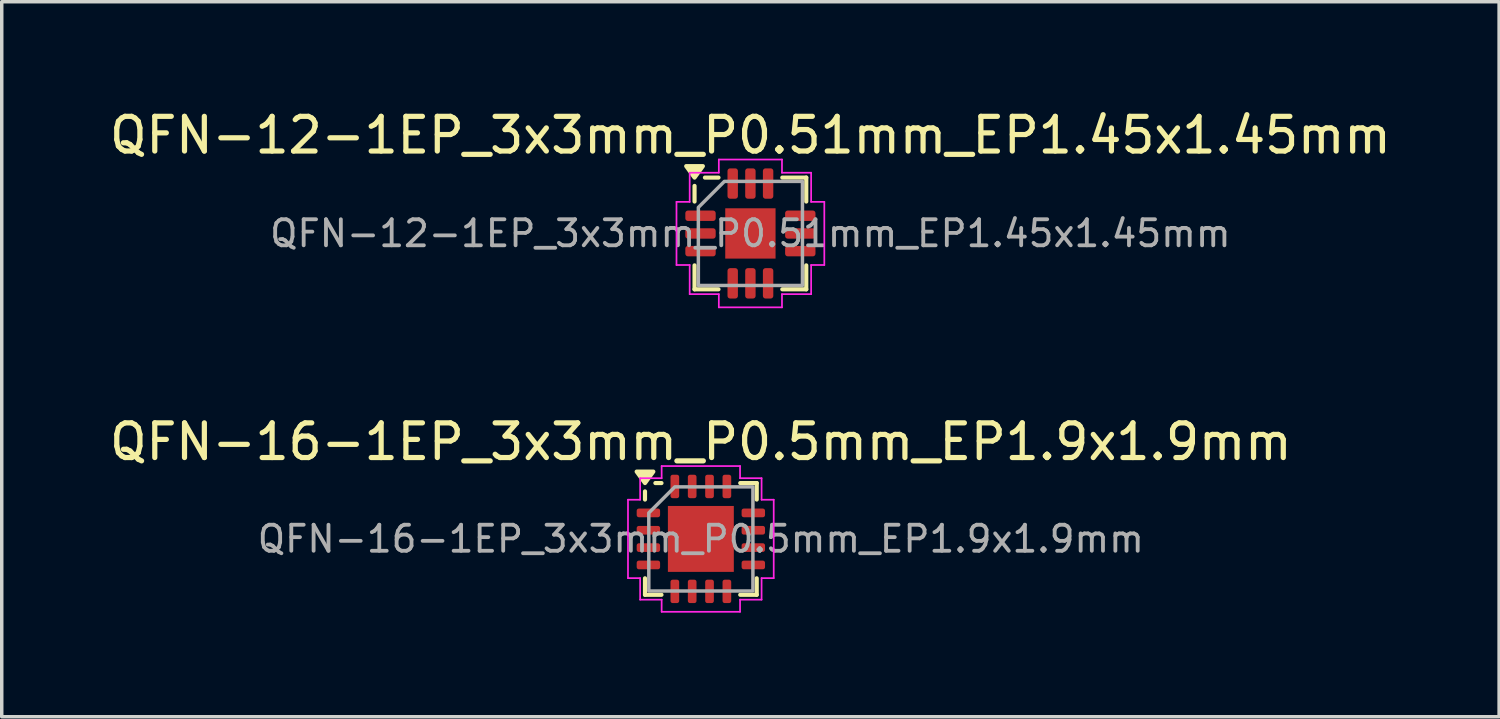
<source format=kicad_pcb>
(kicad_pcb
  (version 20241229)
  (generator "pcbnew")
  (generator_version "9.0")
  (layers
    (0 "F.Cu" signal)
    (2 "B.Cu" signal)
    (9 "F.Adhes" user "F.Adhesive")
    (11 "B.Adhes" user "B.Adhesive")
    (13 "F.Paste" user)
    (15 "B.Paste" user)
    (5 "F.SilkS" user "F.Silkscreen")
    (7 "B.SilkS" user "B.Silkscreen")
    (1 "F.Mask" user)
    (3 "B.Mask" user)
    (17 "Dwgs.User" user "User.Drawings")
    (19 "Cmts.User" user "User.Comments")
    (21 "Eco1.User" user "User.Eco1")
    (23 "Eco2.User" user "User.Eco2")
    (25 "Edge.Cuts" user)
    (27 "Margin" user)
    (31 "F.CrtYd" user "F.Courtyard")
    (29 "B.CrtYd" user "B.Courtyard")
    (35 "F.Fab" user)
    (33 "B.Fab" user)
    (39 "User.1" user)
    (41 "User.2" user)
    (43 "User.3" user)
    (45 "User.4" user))
  (footprint "QFN-12-1EP_3x3mm_P0.51mm_EP1.45x1.45mm"
    (layer "F.Cu")
    (at 18.577 3.678)
    (property "Reference" "QFN-12-1EP_3x3mm_P0.51mm_EP1.45x1.45mm" (at 0 -2.83 0) (layer "F.SilkS") (effects (font (size 1 1) (thickness 0.15))))
    (attr smd)
    (fp_line (start -1.61 -0.92) (end -1.61 -1.37) (stroke (width 0.12) (type solid)) (layer "F.SilkS"))
    (fp_line (start -1.61 1.61) (end -1.61 0.92) (stroke (width 0.12) (type solid)) (layer "F.SilkS"))
    (fp_line (start -0.92 -1.61) (end -1.31 -1.61) (stroke (width 0.12) (type solid)) (layer "F.SilkS"))
    (fp_line (start -0.92 1.61) (end -1.61 1.61) (stroke (width 0.12) (type solid)) (layer "F.SilkS"))
    (fp_line (start 0.92 -1.61) (end 1.61 -1.61) (stroke (width 0.12) (type solid)) (layer "F.SilkS"))
    (fp_line (start 0.92 1.61) (end 1.61 1.61) (stroke (width 0.12) (type solid)) (layer "F.SilkS"))
    (fp_line (start 1.61 -1.61) (end 1.61 -0.92) (stroke (width 0.12) (type solid)) (layer "F.SilkS"))
    (fp_line (start 1.61 1.61) (end 1.61 0.92) (stroke (width 0.12) (type solid)) (layer "F.SilkS"))
    (fp_poly (pts (xy -1.61 -1.61) (xy -1.85 -1.94) (xy -1.37 -1.94)) (stroke (width 0.12) (type solid)) (fill yes) (layer "F.SilkS"))
    (fp_line (start -2.13 -0.91) (end -1.75 -0.91) (stroke (width 0.05) (type solid)) (layer "F.CrtYd"))
    (fp_line (start -2.13 0.91) (end -2.13 -0.91) (stroke (width 0.05) (type solid)) (layer "F.CrtYd"))
    (fp_line (start -1.75 -1.75) (end -0.91 -1.75) (stroke (width 0.05) (type solid)) (layer "F.CrtYd"))
    (fp_line (start -1.75 -0.91) (end -1.75 -1.75) (stroke (width 0.05) (type solid)) (layer "F.CrtYd"))
    (fp_line (start -1.75 0.91) (end -2.13 0.91) (stroke (width 0.05) (type solid)) (layer "F.CrtYd"))
    (fp_line (start -1.75 1.75) (end -1.75 0.91) (stroke (width 0.05) (type solid)) (layer "F.CrtYd"))
    (fp_line (start -0.91 -2.13) (end 0.91 -2.13) (stroke (width 0.05) (type solid)) (layer "F.CrtYd"))
    (fp_line (start -0.91 -1.75) (end -0.91 -2.13) (stroke (width 0.05) (type solid)) (layer "F.CrtYd"))
    (fp_line (start -0.91 1.75) (end -1.75 1.75) (stroke (width 0.05) (type solid)) (layer "F.CrtYd"))
    (fp_line (start -0.91 2.13) (end -0.91 1.75) (stroke (width 0.05) (type solid)) (layer "F.CrtYd"))
    (fp_line (start 0.91 -2.13) (end 0.91 -1.75) (stroke (width 0.05) (type solid)) (layer "F.CrtYd"))
    (fp_line (start 0.91 -1.75) (end 1.75 -1.75) (stroke (width 0.05) (type solid)) (layer "F.CrtYd"))
    (fp_line (start 0.91 1.75) (end 0.91 2.13) (stroke (width 0.05) (type solid)) (layer "F.CrtYd"))
    (fp_line (start 0.91 2.13) (end -0.91 2.13) (stroke (width 0.05) (type solid)) (layer "F.CrtYd"))
    (fp_line (start 1.75 -1.75) (end 1.75 -0.91) (stroke (width 0.05) (type solid)) (layer "F.CrtYd"))
    (fp_line (start 1.75 -0.91) (end 2.13 -0.91) (stroke (width 0.05) (type solid)) (layer "F.CrtYd"))
    (fp_line (start 1.75 0.91) (end 1.75 1.75) (stroke (width 0.05) (type solid)) (layer "F.CrtYd"))
    (fp_line (start 1.75 1.75) (end 0.91 1.75) (stroke (width 0.05) (type solid)) (layer "F.CrtYd"))
    (fp_line (start 2.13 -0.91) (end 2.13 0.91) (stroke (width 0.05) (type solid)) (layer "F.CrtYd"))
    (fp_line (start 2.13 0.91) (end 1.75 0.91) (stroke (width 0.05) (type solid)) (layer "F.CrtYd"))
    (fp_poly (pts (xy -1.5 -0.75) (xy -1.5 1.5) (xy 1.5 1.5) (xy 1.5 -1.5) (xy -0.75 -1.5)) (stroke (width 0.1) (type solid)) (fill no) (layer "F.Fab"))
    (fp_text user "${REFERENCE}" (at 0 0 0) (layer "F.Fab") (effects (font (size 0.75 0.75) (thickness 0.11))))
    (pad "" smd roundrect (at -0.36 -0.36) (size 0.58 0.58) (layers "F.Paste") (roundrect_rratio 0.25))
    (pad "" smd roundrect (at -0.36 0.36) (size 0.58 0.58) (layers "F.Paste") (roundrect_rratio 0.25))
    (pad "" smd roundrect (at 0.36 -0.36) (size 0.58 0.58) (layers "F.Paste") (roundrect_rratio 0.25))
    (pad "" smd roundrect (at 0.36 0.36) (size 0.58 0.58) (layers "F.Paste") (roundrect_rratio 0.25))
    (pad "1" smd roundrect (at -1.438 -0.51) (size 0.875 0.3) (layers "F.Cu" "F.Mask" "F.Paste") (roundrect_rratio 0.25))
    (pad "2" smd roundrect (at -1.438 0) (size 0.875 0.3) (layers "F.Cu" "F.Mask" "F.Paste") (roundrect_rratio 0.25))
    (pad "3" smd roundrect (at -1.438 0.51) (size 0.875 0.3) (layers "F.Cu" "F.Mask" "F.Paste") (roundrect_rratio 0.25))
    (pad "4" smd roundrect (at -0.51 1.438) (size 0.3 0.875) (layers "F.Cu" "F.Mask" "F.Paste") (roundrect_rratio 0.25))
    (pad "5" smd roundrect (at 0 1.438) (size 0.3 0.875) (layers "F.Cu" "F.Mask" "F.Paste") (roundrect_rratio 0.25))
    (pad "6" smd roundrect (at 0.51 1.438) (size 0.3 0.875) (layers "F.Cu" "F.Mask" "F.Paste") (roundrect_rratio 0.25))
    (pad "7" smd roundrect (at 1.438 0.51) (size 0.875 0.3) (layers "F.Cu" "F.Mask" "F.Paste") (roundrect_rratio 0.25))
    (pad "8" smd roundrect (at 1.438 0) (size 0.875 0.3) (layers "F.Cu" "F.Mask" "F.Paste") (roundrect_rratio 0.25))
    (pad "9" smd roundrect (at 1.438 -0.51) (size 0.875 0.3) (layers "F.Cu" "F.Mask" "F.Paste") (roundrect_rratio 0.25))
    (pad "10" smd roundrect (at 0.51 -1.438) (size 0.3 0.875) (layers "F.Cu" "F.Mask" "F.Paste") (roundrect_rratio 0.25))
    (pad "11" smd roundrect (at 0 -1.438) (size 0.3 0.875) (layers "F.Cu" "F.Mask" "F.Paste") (roundrect_rratio 0.25))
    (pad "12" smd roundrect (at -0.51 -1.438) (size 0.3 0.875) (layers "F.Cu" "F.Mask" "F.Paste") (roundrect_rratio 0.25))
    (pad "13" smd rect (at 0 0) (size 1.45 1.45) (property pad_prop_heatsink) (layers "F.Cu" "F.Mask")))
  (footprint "QFN-16-1EP_3x3mm_P0.5mm_EP1.9x1.9mm"
    (layer "F.Cu")
    (at 17.149 12.482)
    (property "Reference" "QFN-16-1EP_3x3mm_P0.5mm_EP1.9x1.9mm" (at 0 -2.8 0) (layer "F.SilkS") (effects (font (size 1 1) (thickness 0.15))))
    (attr smd)
    (fp_line (start -1.61 -1.135) (end -1.61 -1.37) (stroke (width 0.12) (type solid)) (layer "F.SilkS"))
    (fp_line (start -1.61 1.61) (end -1.61 1.135) (stroke (width 0.12) (type solid)) (layer "F.SilkS"))
    (fp_line (start -1.135 -1.61) (end -1.31 -1.61) (stroke (width 0.12) (type solid)) (layer "F.SilkS"))
    (fp_line (start -1.135 1.61) (end -1.61 1.61) (stroke (width 0.12) (type solid)) (layer "F.SilkS"))
    (fp_line (start 1.135 -1.61) (end 1.61 -1.61) (stroke (width 0.12) (type solid)) (layer "F.SilkS"))
    (fp_line (start 1.135 1.61) (end 1.61 1.61) (stroke (width 0.12) (type solid)) (layer "F.SilkS"))
    (fp_line (start 1.61 -1.61) (end 1.61 -1.135) (stroke (width 0.12) (type solid)) (layer "F.SilkS"))
    (fp_line (start 1.61 1.61) (end 1.61 1.135) (stroke (width 0.12) (type solid)) (layer "F.SilkS"))
    (fp_poly (pts (xy -1.61 -1.61) (xy -1.85 -1.94) (xy -1.37 -1.94)) (stroke (width 0.12) (type solid)) (fill yes) (layer "F.SilkS"))
    (fp_line (start -2.1 -1.13) (end -1.75 -1.13) (stroke (width 0.05) (type solid)) (layer "F.CrtYd"))
    (fp_line (start -2.1 1.13) (end -2.1 -1.13) (stroke (width 0.05) (type solid)) (layer "F.CrtYd"))
    (fp_line (start -1.75 -1.75) (end -1.13 -1.75) (stroke (width 0.05) (type solid)) (layer "F.CrtYd"))
    (fp_line (start -1.75 -1.13) (end -1.75 -1.75) (stroke (width 0.05) (type solid)) (layer "F.CrtYd"))
    (fp_line (start -1.75 1.13) (end -2.1 1.13) (stroke (width 0.05) (type solid)) (layer "F.CrtYd"))
    (fp_line (start -1.75 1.75) (end -1.75 1.13) (stroke (width 0.05) (type solid)) (layer "F.CrtYd"))
    (fp_line (start -1.13 -2.1) (end 1.13 -2.1) (stroke (width 0.05) (type solid)) (layer "F.CrtYd"))
    (fp_line (start -1.13 -1.75) (end -1.13 -2.1) (stroke (width 0.05) (type solid)) (layer "F.CrtYd"))
    (fp_line (start -1.13 1.75) (end -1.75 1.75) (stroke (width 0.05) (type solid)) (layer "F.CrtYd"))
    (fp_line (start -1.13 2.1) (end -1.13 1.75) (stroke (width 0.05) (type solid)) (layer "F.CrtYd"))
    (fp_line (start 1.13 -2.1) (end 1.13 -1.75) (stroke (width 0.05) (type solid)) (layer "F.CrtYd"))
    (fp_line (start 1.13 -1.75) (end 1.75 -1.75) (stroke (width 0.05) (type solid)) (layer "F.CrtYd"))
    (fp_line (start 1.13 1.75) (end 1.13 2.1) (stroke (width 0.05) (type solid)) (layer "F.CrtYd"))
    (fp_line (start 1.13 2.1) (end -1.13 2.1) (stroke (width 0.05) (type solid)) (layer "F.CrtYd"))
    (fp_line (start 1.75 -1.75) (end 1.75 -1.13) (stroke (width 0.05) (type solid)) (layer "F.CrtYd"))
    (fp_line (start 1.75 -1.13) (end 2.1 -1.13) (stroke (width 0.05) (type solid)) (layer "F.CrtYd"))
    (fp_line (start 1.75 1.13) (end 1.75 1.75) (stroke (width 0.05) (type solid)) (layer "F.CrtYd"))
    (fp_line (start 1.75 1.75) (end 1.13 1.75) (stroke (width 0.05) (type solid)) (layer "F.CrtYd"))
    (fp_line (start 2.1 -1.13) (end 2.1 1.13) (stroke (width 0.05) (type solid)) (layer "F.CrtYd"))
    (fp_line (start 2.1 1.13) (end 1.75 1.13) (stroke (width 0.05) (type solid)) (layer "F.CrtYd"))
    (fp_poly (pts (xy -1.5 -0.75) (xy -1.5 1.5) (xy 1.5 1.5) (xy 1.5 -1.5) (xy -0.75 -1.5)) (stroke (width 0.1) (type solid)) (fill no) (layer "F.Fab"))
    (fp_text user "${REFERENCE}" (at 0 0 0) (layer "F.Fab") (effects (font (size 0.75 0.75) (thickness 0.11))))
    (pad "" smd roundrect (at -0.475 -0.475) (size 0.77 0.77) (layers "F.Paste") (roundrect_rratio 0.25))
    (pad "" smd roundrect (at -0.475 0.475) (size 0.77 0.77) (layers "F.Paste") (roundrect_rratio 0.25))
    (pad "" smd roundrect (at 0.475 -0.475) (size 0.77 0.77) (layers "F.Paste") (roundrect_rratio 0.25))
    (pad "" smd roundrect (at 0.475 0.475) (size 0.77 0.77) (layers "F.Paste") (roundrect_rratio 0.25))
    (pad "1" smd roundrect (at -1.512 -0.75) (size 0.675 0.25) (layers "F.Cu" "F.Mask" "F.Paste") (roundrect_rratio 0.25))
    (pad "2" smd roundrect (at -1.512 -0.25) (size 0.675 0.25) (layers "F.Cu" "F.Mask" "F.Paste") (roundrect_rratio 0.25))
    (pad "3" smd roundrect (at -1.512 0.25) (size 0.675 0.25) (layers "F.Cu" "F.Mask" "F.Paste") (roundrect_rratio 0.25))
    (pad "4" smd roundrect (at -1.512 0.75) (size 0.675 0.25) (layers "F.Cu" "F.Mask" "F.Paste") (roundrect_rratio 0.25))
    (pad "5" smd roundrect (at -0.75 1.512) (size 0.25 0.675) (layers "F.Cu" "F.Mask" "F.Paste") (roundrect_rratio 0.25))
    (pad "6" smd roundrect (at -0.25 1.512) (size 0.25 0.675) (layers "F.Cu" "F.Mask" "F.Paste") (roundrect_rratio 0.25))
    (pad "7" smd roundrect (at 0.25 1.512) (size 0.25 0.675) (layers "F.Cu" "F.Mask" "F.Paste") (roundrect_rratio 0.25))
    (pad "8" smd roundrect (at 0.75 1.512) (size 0.25 0.675) (layers "F.Cu" "F.Mask" "F.Paste") (roundrect_rratio 0.25))
    (pad "9" smd roundrect (at 1.512 0.75) (size 0.675 0.25) (layers "F.Cu" "F.Mask" "F.Paste") (roundrect_rratio 0.25))
    (pad "10" smd roundrect (at 1.512 0.25) (size 0.675 0.25) (layers "F.Cu" "F.Mask" "F.Paste") (roundrect_rratio 0.25))
    (pad "11" smd roundrect (at 1.512 -0.25) (size 0.675 0.25) (layers "F.Cu" "F.Mask" "F.Paste") (roundrect_rratio 0.25))
    (pad "12" smd roundrect (at 1.512 -0.75) (size 0.675 0.25) (layers "F.Cu" "F.Mask" "F.Paste") (roundrect_rratio 0.25))
    (pad "13" smd roundrect (at 0.75 -1.512) (size 0.25 0.675) (layers "F.Cu" "F.Mask" "F.Paste") (roundrect_rratio 0.25))
    (pad "14" smd roundrect (at 0.25 -1.512) (size 0.25 0.675) (layers "F.Cu" "F.Mask" "F.Paste") (roundrect_rratio 0.25))
    (pad "15" smd roundrect (at -0.25 -1.512) (size 0.25 0.675) (layers "F.Cu" "F.Mask" "F.Paste") (roundrect_rratio 0.25))
    (pad "16" smd roundrect (at -0.75 -1.512) (size 0.25 0.675) (layers "F.Cu" "F.Mask" "F.Paste") (roundrect_rratio 0.25))
    (pad "17" smd rect (at 0 0) (size 1.9 1.9) (property pad_prop_heatsink) (layers "F.Cu" "F.Mask")))
  (gr_rect
    (start -3 -3)
    (end 40.155 17.607)
    (stroke (width 0.1) (type default))
    (fill no)
    (layer "Edge.Cuts")))
</source>
